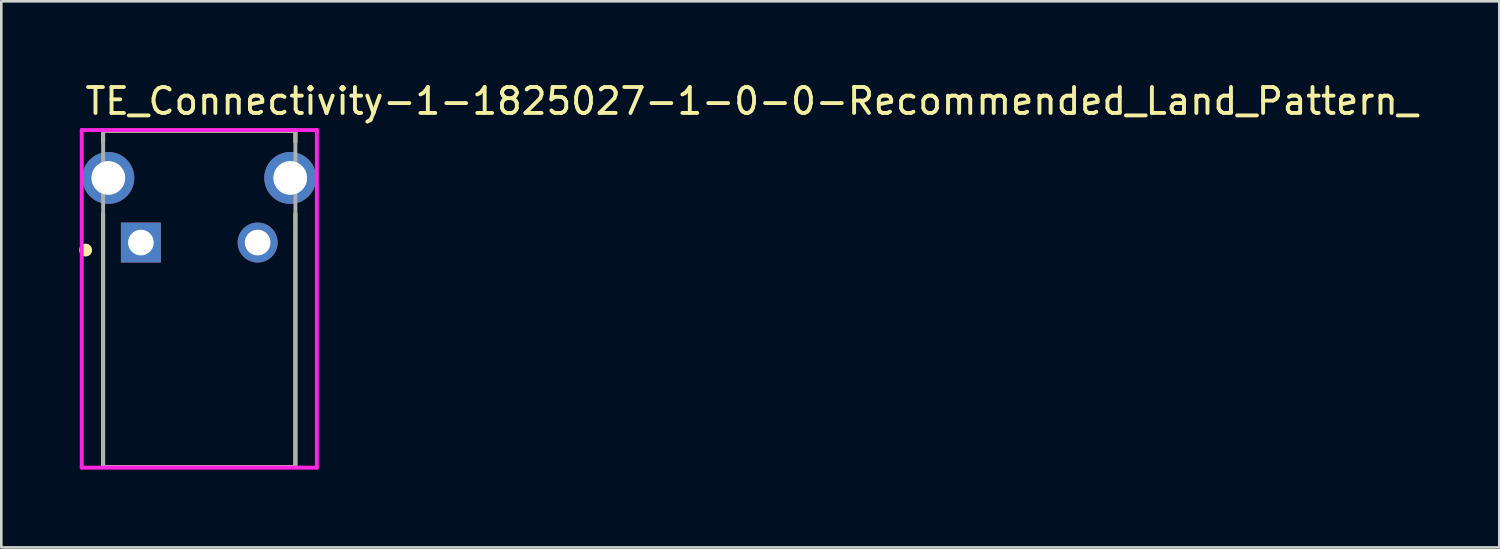
<source format=kicad_pcb>
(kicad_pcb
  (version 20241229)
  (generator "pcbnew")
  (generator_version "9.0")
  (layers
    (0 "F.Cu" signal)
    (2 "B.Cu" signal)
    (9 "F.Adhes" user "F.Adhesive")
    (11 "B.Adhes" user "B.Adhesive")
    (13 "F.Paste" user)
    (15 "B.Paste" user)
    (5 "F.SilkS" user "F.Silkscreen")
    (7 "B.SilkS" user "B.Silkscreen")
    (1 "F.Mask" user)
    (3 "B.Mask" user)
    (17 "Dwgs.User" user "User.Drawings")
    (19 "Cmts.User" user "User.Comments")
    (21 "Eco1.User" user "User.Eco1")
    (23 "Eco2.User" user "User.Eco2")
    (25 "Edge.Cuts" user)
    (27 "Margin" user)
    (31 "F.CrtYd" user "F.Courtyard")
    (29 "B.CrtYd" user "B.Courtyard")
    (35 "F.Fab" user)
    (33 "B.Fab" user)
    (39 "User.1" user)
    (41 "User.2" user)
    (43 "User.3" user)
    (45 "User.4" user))
  (footprint "TE_Connectivity-1-1825027-1-0-0-Recommended_Land_Pattern_"
    (layer "F.Cu")
    (at 4.63 8.468)
    (property "Reference" "TE_Connectivity-1-1825027-1-0-0-Recommended_Land_Pattern_" (at -4.48 -7.62 0) (layer "F.SilkS") (effects (font (size 1 1) (thickness 0.15)) (justify left)))
    (attr through_hole)
    (fp_line (start -3.705 -6.48) (end 3.705 -6.48) (stroke (width 0.15) (type solid)) (layer "F.SilkS"))
    (fp_line (start -3.705 -6.035) (end -3.705 -6.48) (stroke (width 0.15) (type solid)) (layer "F.SilkS"))
    (fp_line (start -3.705 6.48) (end -3.705 -3.285) (stroke (width 0.15) (type solid)) (layer "F.SilkS"))
    (fp_line (start -3.705 6.48) (end 3.705 6.48) (stroke (width 0.15) (type solid)) (layer "F.SilkS"))
    (fp_line (start 3.705 -6.035) (end 3.705 -6.48) (stroke (width 0.15) (type solid)) (layer "F.SilkS"))
    (fp_line (start 3.705 6.48) (end 3.705 -3.285) (stroke (width 0.15) (type solid)) (layer "F.SilkS"))
    (fp_circle (center -4.38 -1.88) (end -4.255 -1.88) (stroke (width 0.25) (type solid)) (fill no) (layer "F.SilkS"))
    (fp_line (start -4.53 -6.505) (end -4.53 6.505) (stroke (width 0.15) (type solid)) (layer "F.CrtYd"))
    (fp_line (start -4.53 6.505) (end 4.53 6.505) (stroke (width 0.15) (type solid)) (layer "F.CrtYd"))
    (fp_line (start 4.53 -6.505) (end -4.53 -6.505) (stroke (width 0.15) (type solid)) (layer "F.CrtYd"))
    (fp_line (start 4.53 -6.505) (end 4.53 -6.505) (stroke (width 0.15) (type solid)) (layer "F.CrtYd"))
    (fp_line (start 4.53 6.505) (end 4.53 -6.505) (stroke (width 0.15) (type solid)) (layer "F.CrtYd"))
    (fp_line (start -3.705 -6.48) (end 3.705 -6.48) (stroke (width 0.15) (type solid)) (layer "F.Fab"))
    (fp_line (start -3.705 6.48) (end -3.705 -6.48) (stroke (width 0.15) (type solid)) (layer "F.Fab"))
    (fp_line (start 3.705 -6.48) (end 3.705 6.48) (stroke (width 0.15) (type solid)) (layer "F.Fab"))
    (fp_line (start 3.705 6.48) (end -3.705 6.48) (stroke (width 0.15) (type solid)) (layer "F.Fab"))
    (pad "1" thru_hole rect (at -2.25 -2.17) (size 1.54 1.54) (drill 0.99) (layers "*.Cu"))
    (pad "2" thru_hole circle (at 2.25 -2.17) (size 1.54 1.54) (drill 0.99) (layers "*.Cu"))
    (pad "3" thru_hole circle (at -3.505 -4.66) (size 2 2) (drill 1.3) (layers "*.Cu"))
    (pad "4" thru_hole circle (at 3.505 -4.66) (size 2 2) (drill 1.3) (layers "*.Cu")))
  (gr_rect
    (start -3 -3)
    (end 54.733 18.048)
    (stroke (width 0.1) (type default))
    (fill no)
    (layer "Edge.Cuts")))
</source>
